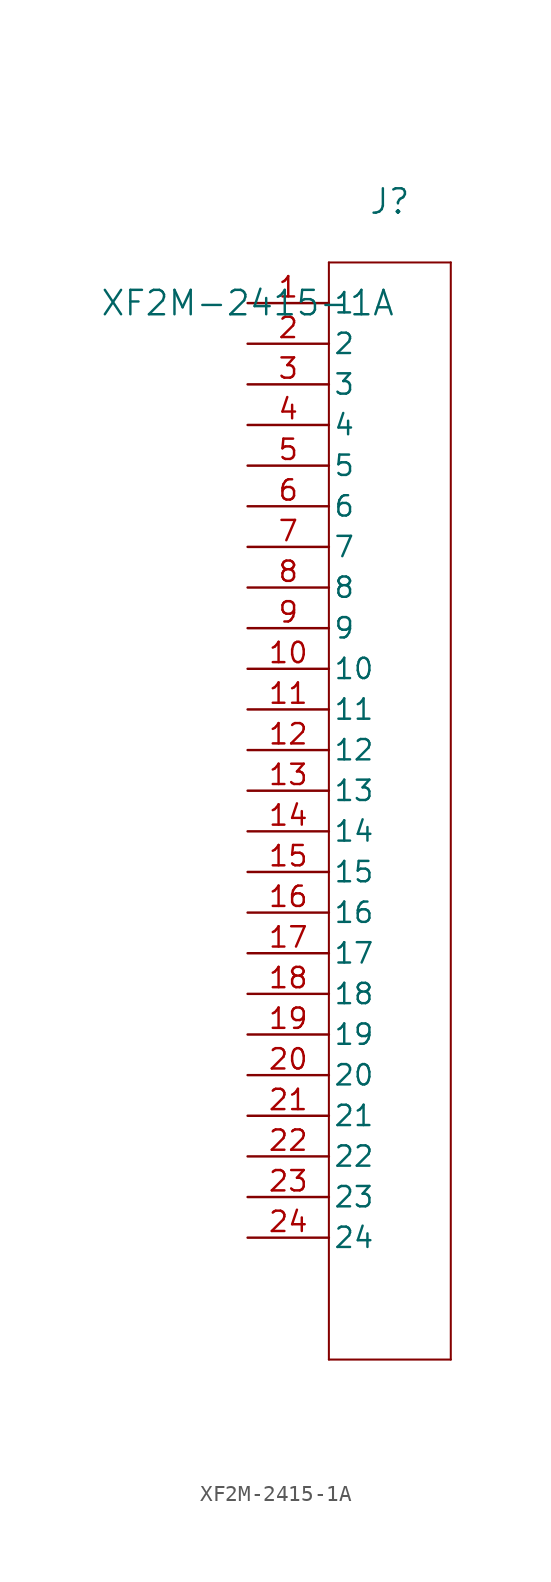
<source format=kicad_sym>
(kicad_symbol_lib
  (version 20211014)
  (generator kicad_symbol_editor)
  (symbol "XF2M-2415-1A"
    (pin_names
      (offset 0.254))
    (property "Reference" "J"
      (at 8.89 6.35 0)
      (effects (font (size 1.524 1.524))))
    (property "Value" "XF2M-2415-1A"
      (at 0 0 0)
      (effects (font (size 1.524 1.524))))
    (symbol "XF2M-2415-1A_0_1"
      (polyline (pts (xy 5.08 2.54) (xy 5.08 -66.04)) (stroke (width 0.127) (type default) (color 0 0 0 0)) (fill (type none)))
      (polyline (pts (xy 5.08 -66.04) (xy 12.7 -66.04)) (stroke (width 0.127) (type default) (color 0 0 0 0)) (fill (type none)))
      (polyline (pts (xy 12.7 -66.04) (xy 12.7 2.54)) (stroke (width 0.127) (type default) (color 0 0 0 0)) (fill (type none)))
      (polyline (pts (xy 12.7 2.54) (xy 5.08 2.54)) (stroke (width 0.127) (type default) (color 0 0 0 0)) (fill (type none)))
      (pin unspecified line (at 0 0 0) (length 5.08) (name "1" (effects (font (size 1.27 1.27)))) (number "1" (effects (font (size 1.27 1.27)))))
      (pin unspecified line (at 0 -2.54 0) (length 5.08) (name "2" (effects (font (size 1.27 1.27)))) (number "2" (effects (font (size 1.27 1.27)))))
      (pin unspecified line (at 0 -5.08 0) (length 5.08) (name "3" (effects (font (size 1.27 1.27)))) (number "3" (effects (font (size 1.27 1.27)))))
      (pin unspecified line (at 0 -7.62 0) (length 5.08) (name "4" (effects (font (size 1.27 1.27)))) (number "4" (effects (font (size 1.27 1.27)))))
      (pin unspecified line (at 0 -10.16 0) (length 5.08) (name "5" (effects (font (size 1.27 1.27)))) (number "5" (effects (font (size 1.27 1.27)))))
      (pin unspecified line (at 0 -12.7 0) (length 5.08) (name "6" (effects (font (size 1.27 1.27)))) (number "6" (effects (font (size 1.27 1.27)))))
      (pin unspecified line (at 0 -15.24 0) (length 5.08) (name "7" (effects (font (size 1.27 1.27)))) (number "7" (effects (font (size 1.27 1.27)))))
      (pin unspecified line (at 0 -17.78 0) (length 5.08) (name "8" (effects (font (size 1.27 1.27)))) (number "8" (effects (font (size 1.27 1.27)))))
      (pin unspecified line (at 0 -20.32 0) (length 5.08) (name "9" (effects (font (size 1.27 1.27)))) (number "9" (effects (font (size 1.27 1.27)))))
      (pin unspecified line (at 0 -22.86 0) (length 5.08) (name "10" (effects (font (size 1.27 1.27)))) (number "10" (effects (font (size 1.27 1.27)))))
      (pin unspecified line (at 0 -25.4 0) (length 5.08) (name "11" (effects (font (size 1.27 1.27)))) (number "11" (effects (font (size 1.27 1.27)))))
      (pin unspecified line (at 0 -27.94 0) (length 5.08) (name "12" (effects (font (size 1.27 1.27)))) (number "12" (effects (font (size 1.27 1.27)))))
      (pin unspecified line (at 0 -30.48 0) (length 5.08) (name "13" (effects (font (size 1.27 1.27)))) (number "13" (effects (font (size 1.27 1.27)))))
      (pin unspecified line (at 0 -33.02 0) (length 5.08) (name "14" (effects (font (size 1.27 1.27)))) (number "14" (effects (font (size 1.27 1.27)))))
      (pin unspecified line (at 0 -35.56 0) (length 5.08) (name "15" (effects (font (size 1.27 1.27)))) (number "15" (effects (font (size 1.27 1.27)))))
      (pin unspecified line (at 0 -38.1 0) (length 5.08) (name "16" (effects (font (size 1.27 1.27)))) (number "16" (effects (font (size 1.27 1.27)))))
      (pin unspecified line (at 0 -40.64 0) (length 5.08) (name "17" (effects (font (size 1.27 1.27)))) (number "17" (effects (font (size 1.27 1.27)))))
      (pin unspecified line (at 0 -43.18 0) (length 5.08) (name "18" (effects (font (size 1.27 1.27)))) (number "18" (effects (font (size 1.27 1.27)))))
      (pin unspecified line (at 0 -45.72 0) (length 5.08) (name "19" (effects (font (size 1.27 1.27)))) (number "19" (effects (font (size 1.27 1.27)))))
      (pin unspecified line (at 0 -48.26 0) (length 5.08) (name "20" (effects (font (size 1.27 1.27)))) (number "20" (effects (font (size 1.27 1.27)))))
      (pin unspecified line (at 0 -50.8 0) (length 5.08) (name "21" (effects (font (size 1.27 1.27)))) (number "21" (effects (font (size 1.27 1.27)))))
      (pin unspecified line (at 0 -53.34 0) (length 5.08) (name "22" (effects (font (size 1.27 1.27)))) (number "22" (effects (font (size 1.27 1.27)))))
      (pin unspecified line (at 0 -55.88 0) (length 5.08) (name "23" (effects (font (size 1.27 1.27)))) (number "23" (effects (font (size 1.27 1.27)))))
      (pin unspecified line (at 0 -58.42 0) (length 5.08) (name "24" (effects (font (size 1.27 1.27)))) (number "24" (effects (font (size 1.27 1.27))))))))
</source>
